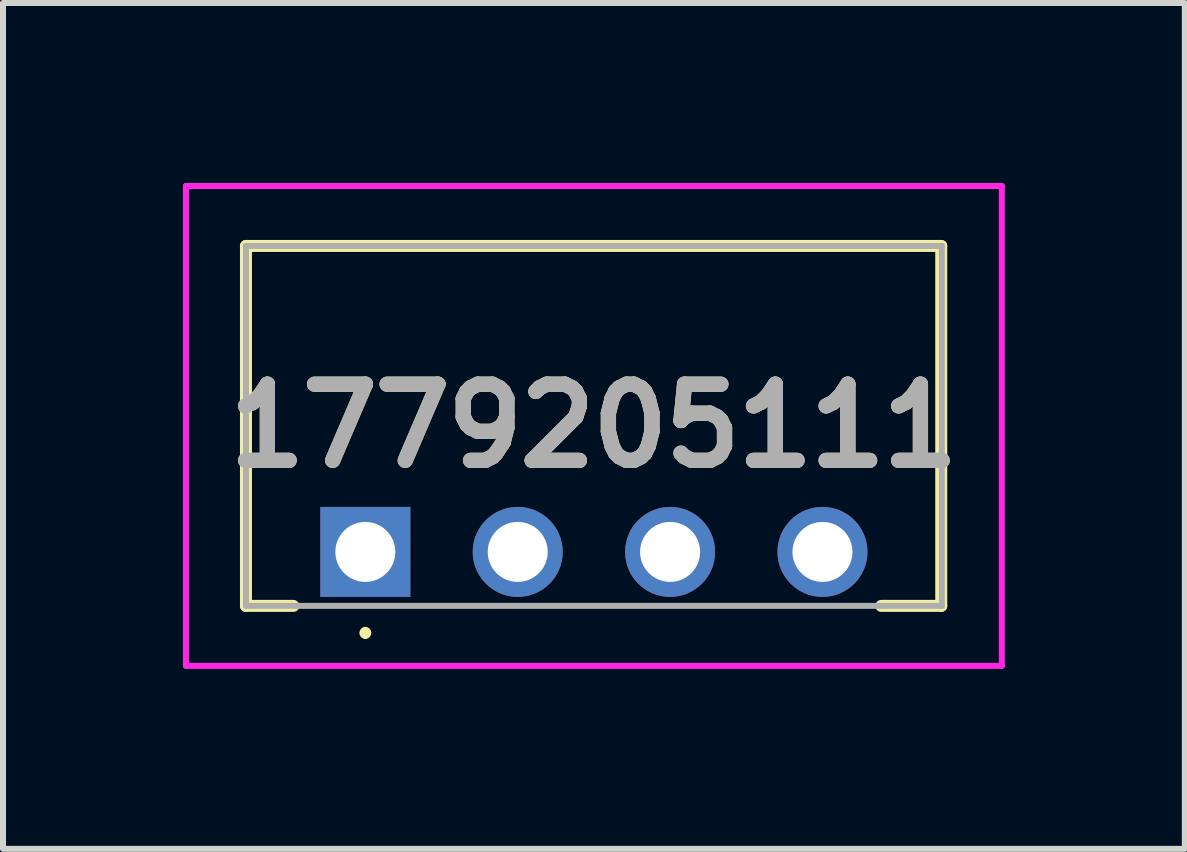
<source format=kicad_pcb>
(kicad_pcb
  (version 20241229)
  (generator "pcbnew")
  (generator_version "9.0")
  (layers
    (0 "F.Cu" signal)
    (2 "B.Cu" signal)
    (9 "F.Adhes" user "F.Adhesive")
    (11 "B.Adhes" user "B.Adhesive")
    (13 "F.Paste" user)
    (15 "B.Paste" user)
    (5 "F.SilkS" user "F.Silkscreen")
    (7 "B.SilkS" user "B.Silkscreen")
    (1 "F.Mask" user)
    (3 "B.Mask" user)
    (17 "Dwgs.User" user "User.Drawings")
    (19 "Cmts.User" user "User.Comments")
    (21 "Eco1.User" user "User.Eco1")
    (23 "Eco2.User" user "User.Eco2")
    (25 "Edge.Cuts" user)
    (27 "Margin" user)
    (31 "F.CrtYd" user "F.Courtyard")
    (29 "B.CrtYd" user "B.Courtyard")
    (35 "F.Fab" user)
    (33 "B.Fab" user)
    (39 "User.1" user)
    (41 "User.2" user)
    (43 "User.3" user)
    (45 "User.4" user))
  (footprint "1779205111"
    (layer "F.Cu")
    (at 3.04 6.15)
    (property "Reference" "1779205111" (at 3.81 -2.1 0) (layer "F.SilkS") (effects (font (size 1.27 1.27) (thickness 0.254))))
    (attr through_hole)
    (fp_line (start -1.99 -5.1) (end 9.6 -5.1) (stroke (width 0.2) (type solid)) (layer "F.SilkS"))
    (fp_line (start -1.99 0.9) (end -1.99 -5.1) (stroke (width 0.2) (type solid)) (layer "F.SilkS"))
    (fp_line (start -1.2 0.9) (end -1.99 0.9) (stroke (width 0.2) (type solid)) (layer "F.SilkS"))
    (fp_line (start 0 1.3) (end 0 1.3) (stroke (width 0.1) (type solid)) (layer "F.SilkS"))
    (fp_line (start 0 1.4) (end 0 1.4) (stroke (width 0.1) (type solid)) (layer "F.SilkS"))
    (fp_line (start 9.6 -5.1) (end 9.6 0.9) (stroke (width 0.2) (type solid)) (layer "F.SilkS"))
    (fp_line (start 9.6 0.9) (end 8.6 0.9) (stroke (width 0.2) (type solid)) (layer "F.SilkS"))
    (fp_arc (start 0 1.3) (mid 0.05 1.35) (end 0 1.4) (stroke (width 0.1) (type solid)) (layer "F.SilkS"))
    (fp_arc (start 0 1.4) (mid -0.05 1.35) (end 0 1.3) (stroke (width 0.1) (type solid)) (layer "F.SilkS"))
    (fp_line (start -2.99 -6.1) (end 10.61 -6.1) (stroke (width 0.1) (type solid)) (layer "F.CrtYd"))
    (fp_line (start -2.99 1.9) (end -2.99 -6.1) (stroke (width 0.1) (type solid)) (layer "F.CrtYd"))
    (fp_line (start 10.61 -6.1) (end 10.61 1.9) (stroke (width 0.1) (type solid)) (layer "F.CrtYd"))
    (fp_line (start 10.61 1.9) (end -2.99 1.9) (stroke (width 0.1) (type solid)) (layer "F.CrtYd"))
    (fp_line (start -1.99 -5.1) (end 9.61 -5.1) (stroke (width 0.1) (type solid)) (layer "F.Fab"))
    (fp_line (start -1.99 0.9) (end -1.99 -5.1) (stroke (width 0.1) (type solid)) (layer "F.Fab"))
    (fp_line (start 9.61 -5.1) (end 9.61 0.9) (stroke (width 0.1) (type solid)) (layer "F.Fab"))
    (fp_line (start 9.61 0.9) (end -1.99 0.9) (stroke (width 0.1) (type solid)) (layer "F.Fab"))
    (fp_text user "${REFERENCE}" (at 3.81 -2.1 0) (layer "F.Fab") (effects (font (size 1.27 1.27) (thickness 0.254))))
    (pad "1" thru_hole rect (at 0 0) (size 1.5 1.5) (drill 1) (layers "*.Cu" "*.Mask"))
    (pad "2" thru_hole circle (at 2.54 0) (size 1.5 1.5) (drill 1) (layers "*.Cu" "*.Mask"))
    (pad "3" thru_hole circle (at 5.08 0) (size 1.5 1.5) (drill 1) (layers "*.Cu" "*.Mask"))
    (pad "4" thru_hole circle (at 7.62 0) (size 1.5 1.5) (drill 1) (layers "*.Cu" "*.Mask")))
  (gr_rect
    (start -3 -3)
    (end 16.7 11.1)
    (stroke (width 0.1) (type default))
    (fill no)
    (layer "Edge.Cuts")))
</source>
